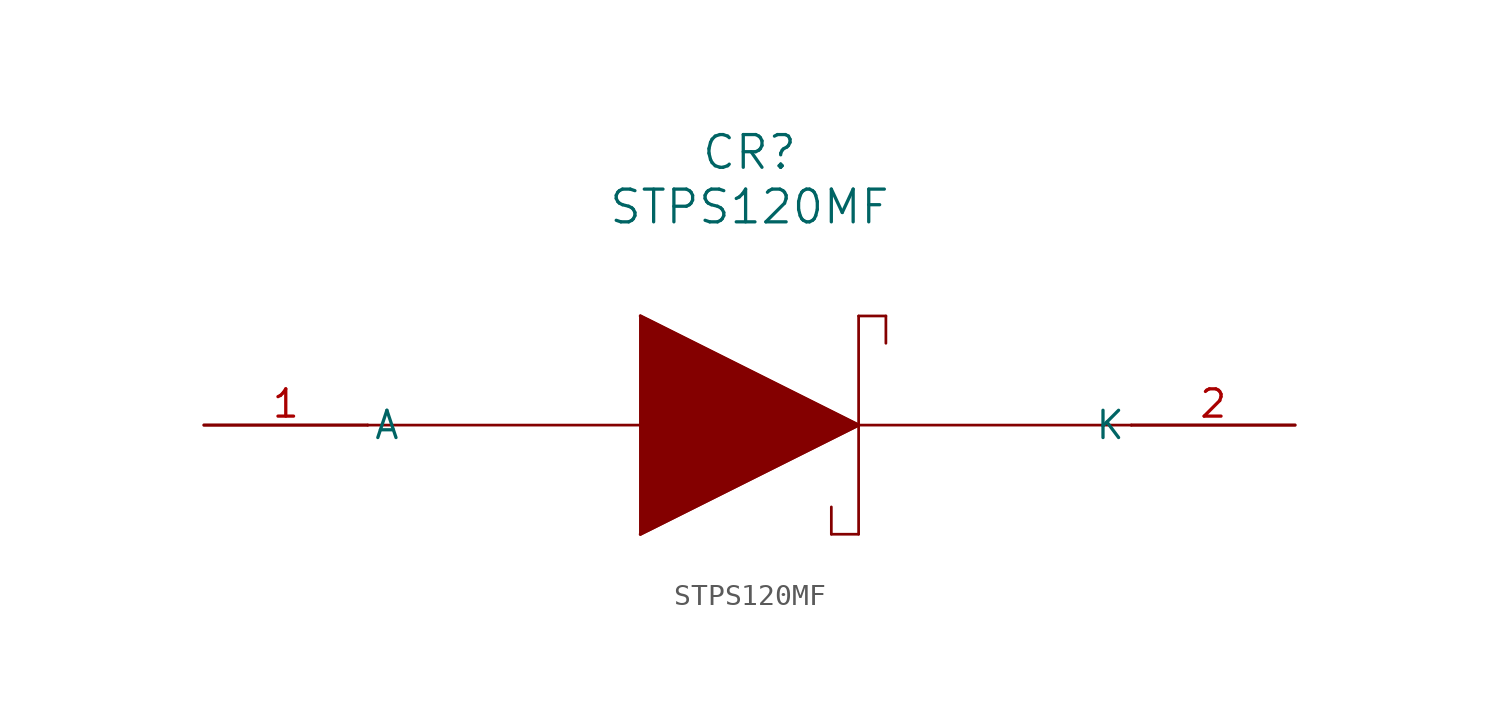
<source format=kicad_sym>
(kicad_symbol_lib
  (version 20211014)
  (generator kicad_symbol_editor)
  (symbol "STPS120MF"
    (pin_names
      (offset 0.254))
    (property "Reference" "CR"
      (at 25.4 12.7 0)
      (effects (font (size 1.524 1.524))))
    (property "Value" "STPS120MF"
      (at 25.4 10.16 0)
      (effects (font (size 1.524 1.524))))
    (symbol "STPS120MF_0_1"
      (polyline (pts (xy 7.62 0) (xy 43.18 0)) (stroke (width 0.127) (type default) (color 0 0 0 0)) (fill (type none)))
      (polyline (pts (xy 30.48 0) (xy 20.32 5.08)) (stroke (width 0.127) (type default) (color 0 0 0 0)) (fill (type none)))
      (polyline (pts (xy 20.32 5.08) (xy 20.32 -5.08)) (stroke (width 0.127) (type default) (color 0 0 0 0)) (fill (type none)))
      (polyline (pts (xy 20.32 -5.08) (xy 30.48 0)) (stroke (width 0.127) (type default) (color 0 0 0 0)) (fill (type none)))
      (polyline (pts (xy 30.48 5.08) (xy 30.48 -5.08)) (stroke (width 0.127) (type default) (color 0 0 0 0)) (fill (type none)))
      (polyline (pts (xy 30.48 5.08) (xy 31.75 5.08)) (stroke (width 0.127) (type default) (color 0 0 0 0)) (fill (type none)))
      (polyline (pts (xy 31.75 5.08) (xy 31.75 3.81)) (stroke (width 0.127) (type default) (color 0 0 0 0)) (fill (type none)))
      (polyline (pts (xy 30.48 -5.08) (xy 29.21 -5.08)) (stroke (width 0.127) (type default) (color 0 0 0 0)) (fill (type none)))
      (polyline (pts (xy 29.21 -5.08) (xy 29.21 -3.81)) (stroke (width 0.127) (type default) (color 0 0 0 0)) (fill (type none)))
      (polyline (pts (xy 20.32 5.08) (xy 30.48 0) (xy 20.32 -5.08)) (stroke (width 0) (type default) (color 0 0 0 0)) (fill (type outline)))
      (pin unspecified line (at 0 0 0) (length 7.62) (name "A" (effects (font (size 1.27 1.27)))) (number "1" (effects (font (size 1.27 1.27)))))
      (pin unspecified line (at 50.8 0 180) (length 7.62) (name "K" (effects (font (size 1.27 1.27)))) (number "2" (effects (font (size 1.27 1.27))))))))
</source>
